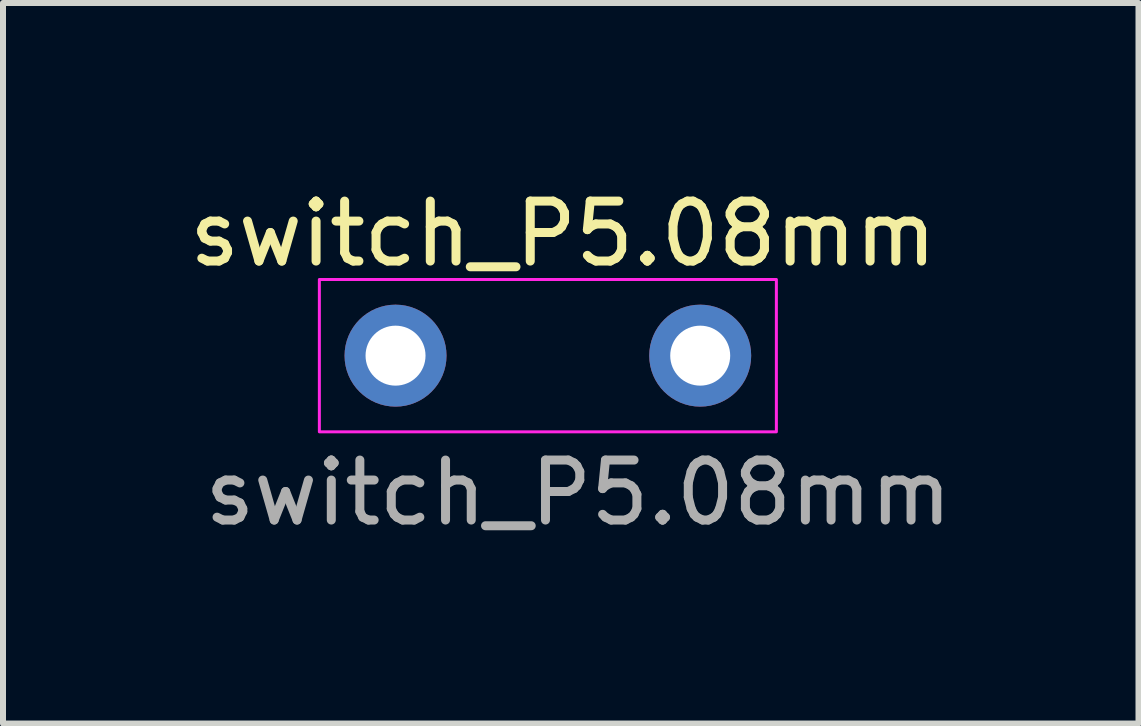
<source format=kicad_pcb>
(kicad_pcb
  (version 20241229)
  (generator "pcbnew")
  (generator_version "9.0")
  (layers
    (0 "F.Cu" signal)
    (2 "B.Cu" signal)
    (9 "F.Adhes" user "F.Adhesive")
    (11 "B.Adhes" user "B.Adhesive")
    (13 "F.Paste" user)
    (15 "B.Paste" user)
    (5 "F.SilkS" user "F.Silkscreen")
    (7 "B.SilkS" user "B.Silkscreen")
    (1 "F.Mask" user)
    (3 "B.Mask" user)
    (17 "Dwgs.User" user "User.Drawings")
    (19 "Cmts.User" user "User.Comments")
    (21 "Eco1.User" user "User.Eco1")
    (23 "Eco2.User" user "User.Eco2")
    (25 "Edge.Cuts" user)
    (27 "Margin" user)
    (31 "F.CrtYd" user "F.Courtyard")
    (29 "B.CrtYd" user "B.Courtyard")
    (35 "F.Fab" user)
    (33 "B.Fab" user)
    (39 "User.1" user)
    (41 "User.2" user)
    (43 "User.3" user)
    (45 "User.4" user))
  (footprint "switch_P5.08mm"
    (layer "F.Cu")
    (at 3.545 2.88)
    (property "Reference" "switch_P5.08mm" (at 2.794 -2.032 0) (unlocked yes) (layer "F.SilkS") (effects (font (size 1 1) (thickness 0.15))))
    (attr through_hole)
    (fp_rect (start 6.35 1.27) (end -1.27 -1.27) (stroke (width 0.05) (type solid)) (fill no) (layer "F.CrtYd"))
    (fp_text user "${REFERENCE}" (at 3.048 2.286 0) (unlocked yes) (layer "F.Fab") (effects (font (size 1 1) (thickness 0.15))))
    (pad "1" thru_hole circle (at 0 0) (size 1.7 1.7) (drill 1) (layers "*.Cu" "*.Mask"))
    (pad "2" thru_hole circle (at 5.08 0) (size 1.7 1.7) (drill 1) (layers "*.Cu" "*.Mask")))
  (gr_rect
    (start -3 -3)
    (end 15.933 9.014)
    (stroke (width 0.1) (type default))
    (fill no)
    (layer "Edge.Cuts")))
</source>
